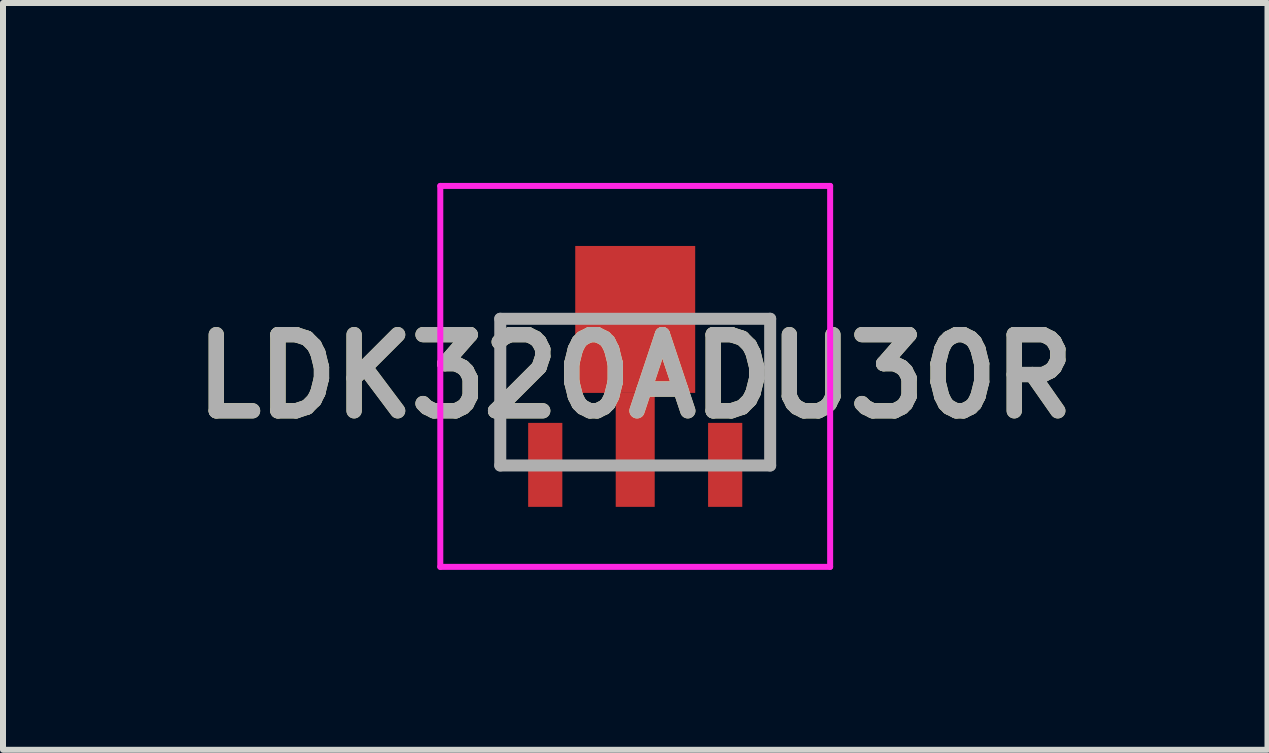
<source format=kicad_pcb>
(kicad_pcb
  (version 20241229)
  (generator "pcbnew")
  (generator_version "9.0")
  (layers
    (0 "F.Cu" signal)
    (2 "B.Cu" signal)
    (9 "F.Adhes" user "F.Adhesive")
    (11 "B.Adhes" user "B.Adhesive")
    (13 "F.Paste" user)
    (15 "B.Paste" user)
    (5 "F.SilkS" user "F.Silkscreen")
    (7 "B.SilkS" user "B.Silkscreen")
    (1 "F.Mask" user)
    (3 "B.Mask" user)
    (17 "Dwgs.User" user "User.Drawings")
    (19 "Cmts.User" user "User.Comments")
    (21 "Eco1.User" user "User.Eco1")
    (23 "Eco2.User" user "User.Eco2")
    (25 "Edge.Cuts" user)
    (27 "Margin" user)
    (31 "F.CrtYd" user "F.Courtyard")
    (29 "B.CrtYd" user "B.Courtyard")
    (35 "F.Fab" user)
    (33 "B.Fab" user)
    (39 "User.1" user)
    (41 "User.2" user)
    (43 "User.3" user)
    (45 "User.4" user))
  (footprint "LDK320ADU30R"
    (layer "F.Cu")
    (at 7.541 3.488)
    (property "Reference" "LDK320ADU30R" (at 0 -0.263 0) (layer "F.SilkS") (effects (font (size 1.27 1.27) (thickness 0.254))))
    (attr smd)
    (fp_line (start -2.25 -1.223) (end -2.25 1.223) (stroke (width 0.1) (type solid)) (layer "F.SilkS"))
    (fp_line (start -2.25 1.223) (end -2 1.223) (stroke (width 0.1) (type solid)) (layer "F.SilkS"))
    (fp_line (start -1.4 -1.223) (end -2.25 -1.223) (stroke (width 0.1) (type solid)) (layer "F.SilkS"))
    (fp_line (start 1.2 -1.223) (end 2.25 -1.223) (stroke (width 0.1) (type solid)) (layer "F.SilkS"))
    (fp_line (start 2.25 -1.223) (end 2.25 1.223) (stroke (width 0.1) (type solid)) (layer "F.SilkS"))
    (fp_line (start 2.25 1.223) (end 2 1.223) (stroke (width 0.1) (type solid)) (layer "F.SilkS"))
    (fp_line (start -3.25 -3.438) (end 3.25 -3.438) (stroke (width 0.1) (type solid)) (layer "F.CrtYd"))
    (fp_line (start -3.25 2.913) (end -3.25 -3.438) (stroke (width 0.1) (type solid)) (layer "F.CrtYd"))
    (fp_line (start 3.25 -3.438) (end 3.25 2.913) (stroke (width 0.1) (type solid)) (layer "F.CrtYd"))
    (fp_line (start 3.25 2.913) (end -3.25 2.913) (stroke (width 0.1) (type solid)) (layer "F.CrtYd"))
    (fp_line (start -2.25 -1.223) (end 2.25 -1.223) (stroke (width 0.2) (type solid)) (layer "F.Fab"))
    (fp_line (start -2.25 1.223) (end -2.25 -1.223) (stroke (width 0.2) (type solid)) (layer "F.Fab"))
    (fp_line (start 2.25 -1.223) (end 2.25 1.223) (stroke (width 0.2) (type solid)) (layer "F.Fab"))
    (fp_line (start 2.25 1.223) (end -2.25 1.223) (stroke (width 0.2) (type solid)) (layer "F.Fab"))
    (fp_text user "${REFERENCE}" (at 0 -0.263 0) (layer "F.Fab") (effects (font (size 1.27 1.27) (thickness 0.254))))
    (pad "1" smd rect (at -1.5 1.213) (size 0.57 1.4) (layers "F.Cu" "F.Mask" "F.Paste"))
    (pad "2" smd rect (at 0 0.963) (size 0.65 1.9) (layers "F.Cu" "F.Mask" "F.Paste"))
    (pad "3" smd rect (at 1.5 1.213) (size 0.57 1.4) (layers "F.Cu" "F.Mask" "F.Paste"))
    (pad "4" smd rect (at 0 -1.212) (size 2 2.45) (layers "F.Cu" "F.Mask" "F.Paste")))
  (gr_rect
    (start -3 -3)
    (end 18.083 9.451)
    (stroke (width 0.1) (type default))
    (fill no)
    (layer "Edge.Cuts")))
</source>
